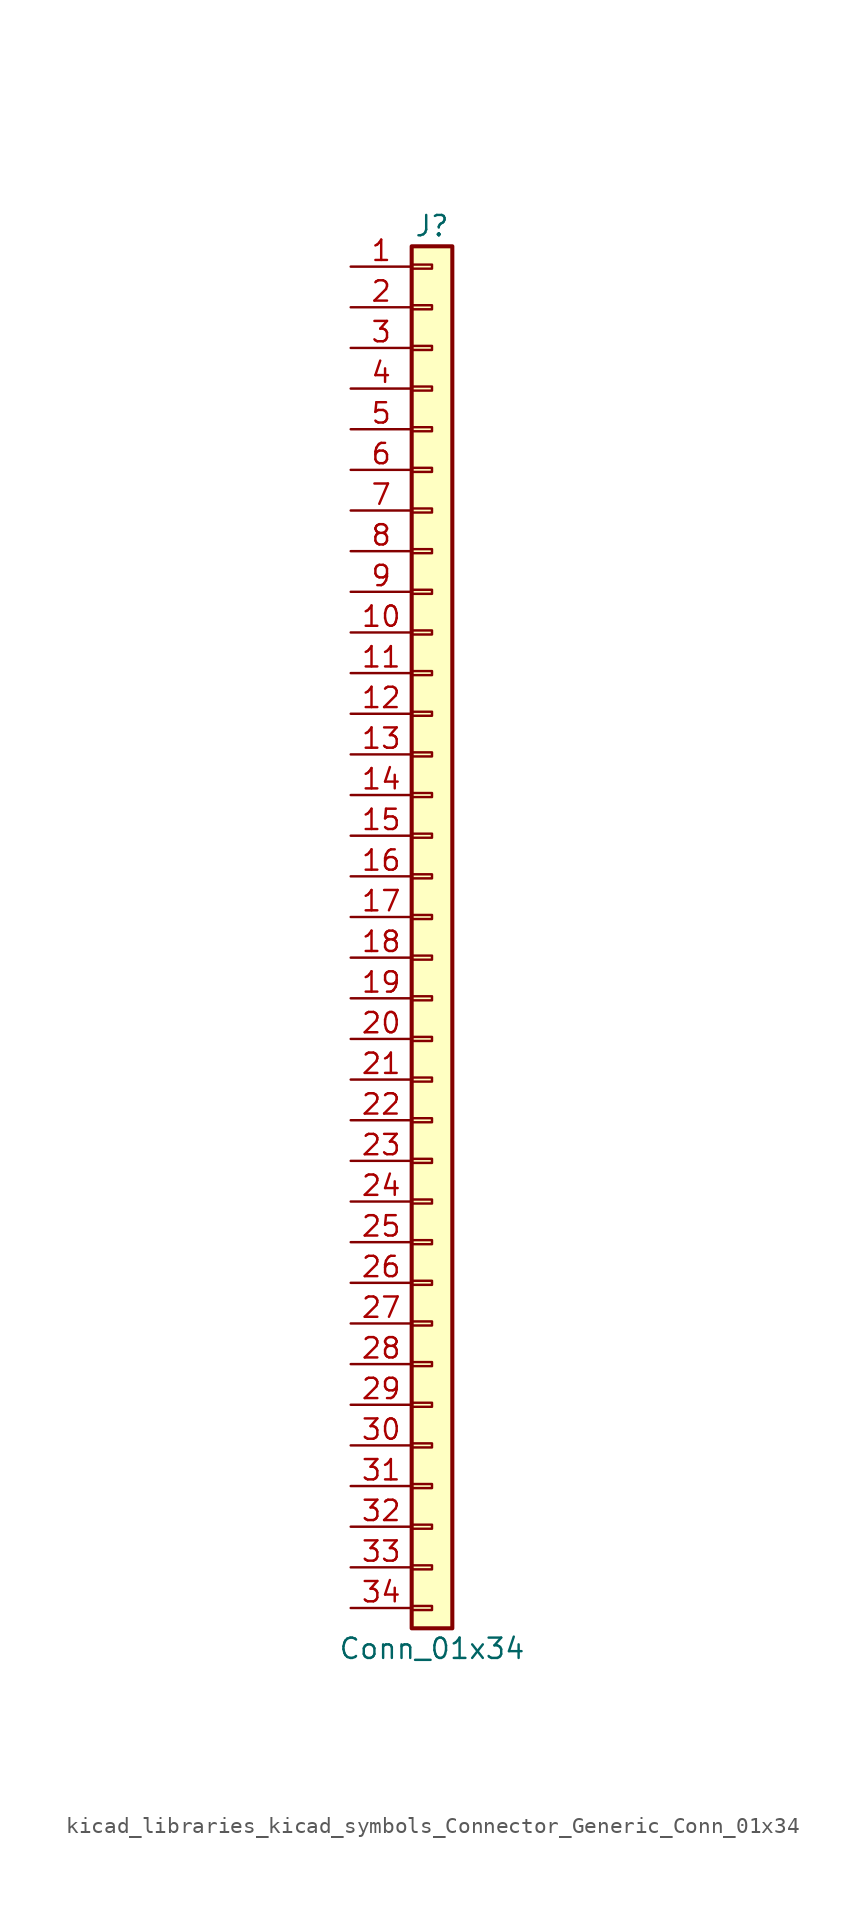
<source format=kicad_sym>
(kicad_symbol_lib
  (version 20220914)
  (generator kicad_symbol_editor)
  (symbol "kicad_libraries_kicad_symbols_Connector_Generic_Conn_01x34"
    (pin_names
      (offset 1.016) hide)
    (property "Reference" "J"
      (at 0 43.18 0)
      (effects (font (size 1.27 1.27))))
    (property "Value" "Conn_01x34"
      (at 0 -45.72 0)
      (effects (font (size 1.27 1.27))))
    (symbol "kicad_libraries_kicad_symbols_Connector_Generic_Conn_01x34_1_1"
      (rectangle (start -1.27 -43.053) (end 0 -43.307) (stroke (width 0.152) (type default)) (fill (type none)))
      (rectangle (start -1.27 -40.513) (end 0 -40.767) (stroke (width 0.152) (type default)) (fill (type none)))
      (rectangle (start -1.27 -37.973) (end 0 -38.227) (stroke (width 0.152) (type default)) (fill (type none)))
      (rectangle (start -1.27 -35.433) (end 0 -35.687) (stroke (width 0.152) (type default)) (fill (type none)))
      (rectangle (start -1.27 -32.893) (end 0 -33.147) (stroke (width 0.152) (type default)) (fill (type none)))
      (rectangle (start -1.27 -30.353) (end 0 -30.607) (stroke (width 0.152) (type default)) (fill (type none)))
      (rectangle (start -1.27 -27.813) (end 0 -28.067) (stroke (width 0.152) (type default)) (fill (type none)))
      (rectangle (start -1.27 -25.273) (end 0 -25.527) (stroke (width 0.152) (type default)) (fill (type none)))
      (rectangle (start -1.27 -22.733) (end 0 -22.987) (stroke (width 0.152) (type default)) (fill (type none)))
      (rectangle (start -1.27 -20.193) (end 0 -20.447) (stroke (width 0.152) (type default)) (fill (type none)))
      (rectangle (start -1.27 -17.653) (end 0 -17.907) (stroke (width 0.152) (type default)) (fill (type none)))
      (rectangle (start -1.27 -15.113) (end 0 -15.367) (stroke (width 0.152) (type default)) (fill (type none)))
      (rectangle (start -1.27 -12.573) (end 0 -12.827) (stroke (width 0.152) (type default)) (fill (type none)))
      (rectangle (start -1.27 -10.033) (end 0 -10.287) (stroke (width 0.152) (type default)) (fill (type none)))
      (rectangle (start -1.27 -7.493) (end 0 -7.747) (stroke (width 0.152) (type default)) (fill (type none)))
      (rectangle (start -1.27 -4.953) (end 0 -5.207) (stroke (width 0.152) (type default)) (fill (type none)))
      (rectangle (start -1.27 -2.413) (end 0 -2.667) (stroke (width 0.152) (type default)) (fill (type none)))
      (rectangle (start -1.27 0.127) (end 0 -0.127) (stroke (width 0.152) (type default)) (fill (type none)))
      (rectangle (start -1.27 2.667) (end 0 2.413) (stroke (width 0.152) (type default)) (fill (type none)))
      (rectangle (start -1.27 5.207) (end 0 4.953) (stroke (width 0.152) (type default)) (fill (type none)))
      (rectangle (start -1.27 7.747) (end 0 7.493) (stroke (width 0.152) (type default)) (fill (type none)))
      (rectangle (start -1.27 10.287) (end 0 10.033) (stroke (width 0.152) (type default)) (fill (type none)))
      (rectangle (start -1.27 12.827) (end 0 12.573) (stroke (width 0.152) (type default)) (fill (type none)))
      (rectangle (start -1.27 15.367) (end 0 15.113) (stroke (width 0.152) (type default)) (fill (type none)))
      (rectangle (start -1.27 17.907) (end 0 17.653) (stroke (width 0.152) (type default)) (fill (type none)))
      (rectangle (start -1.27 20.447) (end 0 20.193) (stroke (width 0.152) (type default)) (fill (type none)))
      (rectangle (start -1.27 22.987) (end 0 22.733) (stroke (width 0.152) (type default)) (fill (type none)))
      (rectangle (start -1.27 25.527) (end 0 25.273) (stroke (width 0.152) (type default)) (fill (type none)))
      (rectangle (start -1.27 28.067) (end 0 27.813) (stroke (width 0.152) (type default)) (fill (type none)))
      (rectangle (start -1.27 30.607) (end 0 30.353) (stroke (width 0.152) (type default)) (fill (type none)))
      (rectangle (start -1.27 33.147) (end 0 32.893) (stroke (width 0.152) (type default)) (fill (type none)))
      (rectangle (start -1.27 35.687) (end 0 35.433) (stroke (width 0.152) (type default)) (fill (type none)))
      (rectangle (start -1.27 38.227) (end 0 37.973) (stroke (width 0.152) (type default)) (fill (type none)))
      (rectangle (start -1.27 40.767) (end 0 40.513) (stroke (width 0.152) (type default)) (fill (type none)))
      (rectangle (start -1.27 41.91) (end 1.27 -44.45) (stroke (width 0.254) (type default)) (fill (type background)))
      (pin passive line (at -5.08 40.64 0) (length 3.81) (name "Pin_1" (effects (font (size 1.27 1.27)))) (number "1" (effects (font (size 1.27 1.27)))))
      (pin passive line (at -5.08 17.78 0) (length 3.81) (name "Pin_10" (effects (font (size 1.27 1.27)))) (number "10" (effects (font (size 1.27 1.27)))))
      (pin passive line (at -5.08 15.24 0) (length 3.81) (name "Pin_11" (effects (font (size 1.27 1.27)))) (number "11" (effects (font (size 1.27 1.27)))))
      (pin passive line (at -5.08 12.7 0) (length 3.81) (name "Pin_12" (effects (font (size 1.27 1.27)))) (number "12" (effects (font (size 1.27 1.27)))))
      (pin passive line (at -5.08 10.16 0) (length 3.81) (name "Pin_13" (effects (font (size 1.27 1.27)))) (number "13" (effects (font (size 1.27 1.27)))))
      (pin passive line (at -5.08 7.62 0) (length 3.81) (name "Pin_14" (effects (font (size 1.27 1.27)))) (number "14" (effects (font (size 1.27 1.27)))))
      (pin passive line (at -5.08 5.08 0) (length 3.81) (name "Pin_15" (effects (font (size 1.27 1.27)))) (number "15" (effects (font (size 1.27 1.27)))))
      (pin passive line (at -5.08 2.54 0) (length 3.81) (name "Pin_16" (effects (font (size 1.27 1.27)))) (number "16" (effects (font (size 1.27 1.27)))))
      (pin passive line (at -5.08 0 0) (length 3.81) (name "Pin_17" (effects (font (size 1.27 1.27)))) (number "17" (effects (font (size 1.27 1.27)))))
      (pin passive line (at -5.08 -2.54 0) (length 3.81) (name "Pin_18" (effects (font (size 1.27 1.27)))) (number "18" (effects (font (size 1.27 1.27)))))
      (pin passive line (at -5.08 -5.08 0) (length 3.81) (name "Pin_19" (effects (font (size 1.27 1.27)))) (number "19" (effects (font (size 1.27 1.27)))))
      (pin passive line (at -5.08 38.1 0) (length 3.81) (name "Pin_2" (effects (font (size 1.27 1.27)))) (number "2" (effects (font (size 1.27 1.27)))))
      (pin passive line (at -5.08 -7.62 0) (length 3.81) (name "Pin_20" (effects (font (size 1.27 1.27)))) (number "20" (effects (font (size 1.27 1.27)))))
      (pin passive line (at -5.08 -10.16 0) (length 3.81) (name "Pin_21" (effects (font (size 1.27 1.27)))) (number "21" (effects (font (size 1.27 1.27)))))
      (pin passive line (at -5.08 -12.7 0) (length 3.81) (name "Pin_22" (effects (font (size 1.27 1.27)))) (number "22" (effects (font (size 1.27 1.27)))))
      (pin passive line (at -5.08 -15.24 0) (length 3.81) (name "Pin_23" (effects (font (size 1.27 1.27)))) (number "23" (effects (font (size 1.27 1.27)))))
      (pin passive line (at -5.08 -17.78 0) (length 3.81) (name "Pin_24" (effects (font (size 1.27 1.27)))) (number "24" (effects (font (size 1.27 1.27)))))
      (pin passive line (at -5.08 -20.32 0) (length 3.81) (name "Pin_25" (effects (font (size 1.27 1.27)))) (number "25" (effects (font (size 1.27 1.27)))))
      (pin passive line (at -5.08 -22.86 0) (length 3.81) (name "Pin_26" (effects (font (size 1.27 1.27)))) (number "26" (effects (font (size 1.27 1.27)))))
      (pin passive line (at -5.08 -25.4 0) (length 3.81) (name "Pin_27" (effects (font (size 1.27 1.27)))) (number "27" (effects (font (size 1.27 1.27)))))
      (pin passive line (at -5.08 -27.94 0) (length 3.81) (name "Pin_28" (effects (font (size 1.27 1.27)))) (number "28" (effects (font (size 1.27 1.27)))))
      (pin passive line (at -5.08 -30.48 0) (length 3.81) (name "Pin_29" (effects (font (size 1.27 1.27)))) (number "29" (effects (font (size 1.27 1.27)))))
      (pin passive line (at -5.08 35.56 0) (length 3.81) (name "Pin_3" (effects (font (size 1.27 1.27)))) (number "3" (effects (font (size 1.27 1.27)))))
      (pin passive line (at -5.08 -33.02 0) (length 3.81) (name "Pin_30" (effects (font (size 1.27 1.27)))) (number "30" (effects (font (size 1.27 1.27)))))
      (pin passive line (at -5.08 -35.56 0) (length 3.81) (name "Pin_31" (effects (font (size 1.27 1.27)))) (number "31" (effects (font (size 1.27 1.27)))))
      (pin passive line (at -5.08 -38.1 0) (length 3.81) (name "Pin_32" (effects (font (size 1.27 1.27)))) (number "32" (effects (font (size 1.27 1.27)))))
      (pin passive line (at -5.08 -40.64 0) (length 3.81) (name "Pin_33" (effects (font (size 1.27 1.27)))) (number "33" (effects (font (size 1.27 1.27)))))
      (pin passive line (at -5.08 -43.18 0) (length 3.81) (name "Pin_34" (effects (font (size 1.27 1.27)))) (number "34" (effects (font (size 1.27 1.27)))))
      (pin passive line (at -5.08 33.02 0) (length 3.81) (name "Pin_4" (effects (font (size 1.27 1.27)))) (number "4" (effects (font (size 1.27 1.27)))))
      (pin passive line (at -5.08 30.48 0) (length 3.81) (name "Pin_5" (effects (font (size 1.27 1.27)))) (number "5" (effects (font (size 1.27 1.27)))))
      (pin passive line (at -5.08 27.94 0) (length 3.81) (name "Pin_6" (effects (font (size 1.27 1.27)))) (number "6" (effects (font (size 1.27 1.27)))))
      (pin passive line (at -5.08 25.4 0) (length 3.81) (name "Pin_7" (effects (font (size 1.27 1.27)))) (number "7" (effects (font (size 1.27 1.27)))))
      (pin passive line (at -5.08 22.86 0) (length 3.81) (name "Pin_8" (effects (font (size 1.27 1.27)))) (number "8" (effects (font (size 1.27 1.27)))))
      (pin passive line (at -5.08 20.32 0) (length 3.81) (name "Pin_9" (effects (font (size 1.27 1.27)))) (number "9" (effects (font (size 1.27 1.27))))))))
</source>
